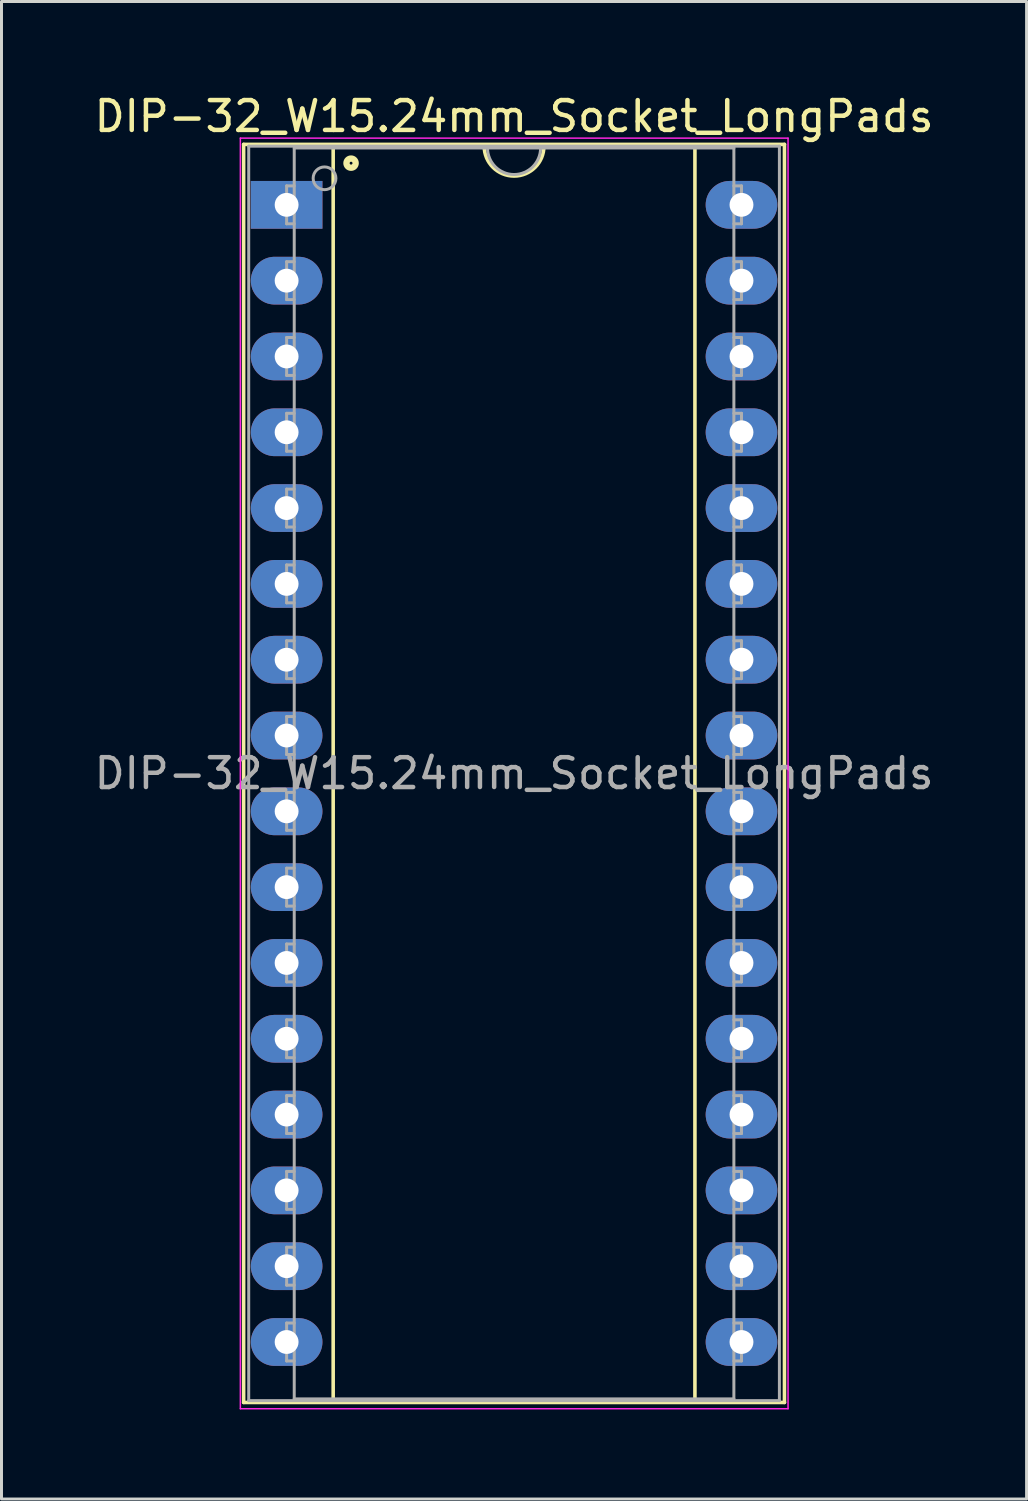
<source format=kicad_pcb>
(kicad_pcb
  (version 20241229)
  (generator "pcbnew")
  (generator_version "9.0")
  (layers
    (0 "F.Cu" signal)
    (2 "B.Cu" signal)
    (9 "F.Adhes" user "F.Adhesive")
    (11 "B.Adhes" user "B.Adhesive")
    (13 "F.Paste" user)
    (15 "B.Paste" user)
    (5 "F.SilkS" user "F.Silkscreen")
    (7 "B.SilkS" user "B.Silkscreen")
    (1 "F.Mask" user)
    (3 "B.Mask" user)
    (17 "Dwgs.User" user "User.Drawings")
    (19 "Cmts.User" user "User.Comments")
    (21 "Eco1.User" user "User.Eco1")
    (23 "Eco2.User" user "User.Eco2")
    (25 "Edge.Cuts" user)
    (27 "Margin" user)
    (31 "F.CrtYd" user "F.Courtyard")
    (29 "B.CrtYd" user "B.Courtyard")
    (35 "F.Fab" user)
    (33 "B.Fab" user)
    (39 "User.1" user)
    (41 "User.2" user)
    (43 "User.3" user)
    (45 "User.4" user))
  (footprint "DIP-32_W15.24mm_Socket_LongPads"
    (layer "F.Cu")
    (at 6.553 3.813)
    (property "Reference" "DIP-32_W15.24mm_Socket_LongPads" (at 7.62 -2.965 0) (layer "F.SilkS") (effects (font (size 1 1) (thickness 0.15))))
    (attr through_hole)
    (fp_line (start -1.44 -2.025) (end -1.44 40.125) (stroke (width 0.12) (type solid)) (layer "F.SilkS"))
    (fp_line (start -1.44 40.125) (end 16.68 40.125) (stroke (width 0.12) (type solid)) (layer "F.SilkS"))
    (fp_line (start 1.56 -1.965) (end 1.56 40.065) (stroke (width 0.12) (type solid)) (layer "F.SilkS"))
    (fp_line (start 1.56 40.065) (end 13.68 40.065) (stroke (width 0.12) (type solid)) (layer "F.SilkS"))
    (fp_line (start 6.62 -1.965) (end 1.56 -1.965) (stroke (width 0.12) (type solid)) (layer "F.SilkS"))
    (fp_line (start 13.68 -1.965) (end 8.62 -1.965) (stroke (width 0.12) (type solid)) (layer "F.SilkS"))
    (fp_line (start 13.68 40.065) (end 13.68 -1.965) (stroke (width 0.12) (type solid)) (layer "F.SilkS"))
    (fp_line (start 16.68 -2.025) (end -1.44 -2.025) (stroke (width 0.12) (type solid)) (layer "F.SilkS"))
    (fp_line (start 16.68 40.125) (end 16.68 -2.025) (stroke (width 0.12) (type solid)) (layer "F.SilkS"))
    (fp_arc (start 8.62 -1.965) (mid 7.62 -0.965) (end 6.62 -1.965) (stroke (width 0.12) (type solid)) (layer "F.SilkS"))
    (fp_circle (center 2.159 -1.397) (end 2.209 -1.397) (stroke (width 0.12) (type solid)) (fill no) (layer "F.SilkS"))
    (fp_circle (center 2.159 -1.397) (end 2.284 -1.397) (stroke (width 0.12) (type solid)) (fill no) (layer "F.SilkS"))
    (fp_circle (center 2.159 -1.397) (end 2.359 -1.397) (stroke (width 0.12) (type solid)) (fill no) (layer "F.SilkS"))
    (fp_line (start -1.55 -2.235) (end -1.55 40.335) (stroke (width 0.05) (type solid)) (layer "F.CrtYd"))
    (fp_line (start -1.55 40.335) (end 16.8 40.335) (stroke (width 0.05) (type solid)) (layer "F.CrtYd"))
    (fp_line (start 16.8 -2.235) (end -1.55 -2.235) (stroke (width 0.05) (type solid)) (layer "F.CrtYd"))
    (fp_line (start 16.8 40.335) (end 16.8 -2.235) (stroke (width 0.05) (type solid)) (layer "F.CrtYd"))
    (fp_line (start -1.27 -1.965) (end -1.27 40.065) (stroke (width 0.1) (type solid)) (layer "F.Fab"))
    (fp_line (start -1.27 40.065) (end 16.51 40.065) (stroke (width 0.1) (type solid)) (layer "F.Fab"))
    (fp_line (start 0 -0.635) (end 0 0.635) (stroke (width 0.1) (type solid)) (layer "F.Fab"))
    (fp_line (start 0 -0.635) (end 0.254 -0.635) (stroke (width 0.1) (type solid)) (layer "F.Fab"))
    (fp_line (start 0 0.635) (end 0.254 0.635) (stroke (width 0.1) (type solid)) (layer "F.Fab"))
    (fp_line (start 0 1.905) (end 0 3.175) (stroke (width 0.1) (type solid)) (layer "F.Fab"))
    (fp_line (start 0 1.905) (end 0.254 1.905) (stroke (width 0.1) (type solid)) (layer "F.Fab"))
    (fp_line (start 0 3.175) (end 0.254 3.175) (stroke (width 0.1) (type solid)) (layer "F.Fab"))
    (fp_line (start 0 4.445) (end 0 5.715) (stroke (width 0.1) (type solid)) (layer "F.Fab"))
    (fp_line (start 0 4.445) (end 0.254 4.445) (stroke (width 0.1) (type solid)) (layer "F.Fab"))
    (fp_line (start 0 5.715) (end 0.254 5.715) (stroke (width 0.1) (type solid)) (layer "F.Fab"))
    (fp_line (start 0 6.985) (end 0 8.255) (stroke (width 0.1) (type solid)) (layer "F.Fab"))
    (fp_line (start 0 6.985) (end 0.254 6.985) (stroke (width 0.1) (type solid)) (layer "F.Fab"))
    (fp_line (start 0 8.255) (end 0.254 8.255) (stroke (width 0.1) (type solid)) (layer "F.Fab"))
    (fp_line (start 0 9.525) (end 0 10.795) (stroke (width 0.1) (type solid)) (layer "F.Fab"))
    (fp_line (start 0 9.525) (end 0.254 9.525) (stroke (width 0.1) (type solid)) (layer "F.Fab"))
    (fp_line (start 0 10.795) (end 0.254 10.795) (stroke (width 0.1) (type solid)) (layer "F.Fab"))
    (fp_line (start 0 12.065) (end 0 13.335) (stroke (width 0.1) (type solid)) (layer "F.Fab"))
    (fp_line (start 0 12.065) (end 0.254 12.065) (stroke (width 0.1) (type solid)) (layer "F.Fab"))
    (fp_line (start 0 13.335) (end 0.254 13.335) (stroke (width 0.1) (type solid)) (layer "F.Fab"))
    (fp_line (start 0 14.605) (end 0 15.875) (stroke (width 0.1) (type solid)) (layer "F.Fab"))
    (fp_line (start 0 14.605) (end 0.254 14.605) (stroke (width 0.1) (type solid)) (layer "F.Fab"))
    (fp_line (start 0 15.875) (end 0.254 15.875) (stroke (width 0.1) (type solid)) (layer "F.Fab"))
    (fp_line (start 0 17.145) (end 0 18.415) (stroke (width 0.1) (type solid)) (layer "F.Fab"))
    (fp_line (start 0 17.145) (end 0.254 17.145) (stroke (width 0.1) (type solid)) (layer "F.Fab"))
    (fp_line (start 0 18.415) (end 0.254 18.415) (stroke (width 0.1) (type solid)) (layer "F.Fab"))
    (fp_line (start 0 19.685) (end 0 20.955) (stroke (width 0.1) (type solid)) (layer "F.Fab"))
    (fp_line (start 0 19.685) (end 0.254 19.685) (stroke (width 0.1) (type solid)) (layer "F.Fab"))
    (fp_line (start 0 20.955) (end 0.254 20.955) (stroke (width 0.1) (type solid)) (layer "F.Fab"))
    (fp_line (start 0 22.225) (end 0 23.495) (stroke (width 0.1) (type solid)) (layer "F.Fab"))
    (fp_line (start 0 22.225) (end 0.254 22.225) (stroke (width 0.1) (type solid)) (layer "F.Fab"))
    (fp_line (start 0 23.495) (end 0.254 23.495) (stroke (width 0.1) (type solid)) (layer "F.Fab"))
    (fp_line (start 0 24.765) (end 0 26.035) (stroke (width 0.1) (type solid)) (layer "F.Fab"))
    (fp_line (start 0 24.765) (end 0.254 24.765) (stroke (width 0.1) (type solid)) (layer "F.Fab"))
    (fp_line (start 0 26.035) (end 0.254 26.035) (stroke (width 0.1) (type solid)) (layer "F.Fab"))
    (fp_line (start 0 27.305) (end 0 28.575) (stroke (width 0.1) (type solid)) (layer "F.Fab"))
    (fp_line (start 0 27.305) (end 0.254 27.305) (stroke (width 0.1) (type solid)) (layer "F.Fab"))
    (fp_line (start 0 28.575) (end 0.254 28.575) (stroke (width 0.1) (type solid)) (layer "F.Fab"))
    (fp_line (start 0 29.845) (end 0 31.115) (stroke (width 0.1) (type solid)) (layer "F.Fab"))
    (fp_line (start 0 29.845) (end 0.254 29.845) (stroke (width 0.1) (type solid)) (layer "F.Fab"))
    (fp_line (start 0 31.115) (end 0.254 31.115) (stroke (width 0.1) (type solid)) (layer "F.Fab"))
    (fp_line (start 0 32.385) (end 0 33.655) (stroke (width 0.1) (type solid)) (layer "F.Fab"))
    (fp_line (start 0 32.385) (end 0.254 32.385) (stroke (width 0.1) (type solid)) (layer "F.Fab"))
    (fp_line (start 0 33.655) (end 0.254 33.655) (stroke (width 0.1) (type solid)) (layer "F.Fab"))
    (fp_line (start 0 34.925) (end 0 36.195) (stroke (width 0.1) (type solid)) (layer "F.Fab"))
    (fp_line (start 0 34.925) (end 0.254 34.925) (stroke (width 0.1) (type solid)) (layer "F.Fab"))
    (fp_line (start 0 36.195) (end 0.254 36.195) (stroke (width 0.1) (type solid)) (layer "F.Fab"))
    (fp_line (start 0 37.465) (end 0 38.735) (stroke (width 0.1) (type solid)) (layer "F.Fab"))
    (fp_line (start 0 37.465) (end 0.254 37.465) (stroke (width 0.1) (type solid)) (layer "F.Fab"))
    (fp_line (start 0 38.735) (end 0.254 38.735) (stroke (width 0.1) (type solid)) (layer "F.Fab"))
    (fp_line (start 0.255 -1.905) (end 14.985 -1.905) (stroke (width 0.1) (type solid)) (layer "F.Fab"))
    (fp_line (start 0.255 40.005) (end 0.255 -1.905) (stroke (width 0.1) (type solid)) (layer "F.Fab"))
    (fp_line (start 14.985 -1.905) (end 14.985 40.005) (stroke (width 0.1) (type solid)) (layer "F.Fab"))
    (fp_line (start 14.985 40.005) (end 0.255 40.005) (stroke (width 0.1) (type solid)) (layer "F.Fab"))
    (fp_line (start 15.24 -0.635) (end 14.986 -0.635) (stroke (width 0.1) (type solid)) (layer "F.Fab"))
    (fp_line (start 15.24 0.635) (end 14.986 0.635) (stroke (width 0.1) (type solid)) (layer "F.Fab"))
    (fp_line (start 15.24 0.635) (end 15.24 -0.635) (stroke (width 0.1) (type solid)) (layer "F.Fab"))
    (fp_line (start 15.24 1.905) (end 14.986 1.905) (stroke (width 0.1) (type solid)) (layer "F.Fab"))
    (fp_line (start 15.24 3.175) (end 14.986 3.175) (stroke (width 0.1) (type solid)) (layer "F.Fab"))
    (fp_line (start 15.24 3.175) (end 15.24 1.905) (stroke (width 0.1) (type solid)) (layer "F.Fab"))
    (fp_line (start 15.24 4.445) (end 14.986 4.445) (stroke (width 0.1) (type solid)) (layer "F.Fab"))
    (fp_line (start 15.24 5.715) (end 14.986 5.715) (stroke (width 0.1) (type solid)) (layer "F.Fab"))
    (fp_line (start 15.24 5.715) (end 15.24 4.445) (stroke (width 0.1) (type solid)) (layer "F.Fab"))
    (fp_line (start 15.24 6.985) (end 14.986 6.985) (stroke (width 0.1) (type solid)) (layer "F.Fab"))
    (fp_line (start 15.24 8.255) (end 14.986 8.255) (stroke (width 0.1) (type solid)) (layer "F.Fab"))
    (fp_line (start 15.24 8.255) (end 15.24 6.985) (stroke (width 0.1) (type solid)) (layer "F.Fab"))
    (fp_line (start 15.24 9.525) (end 14.986 9.525) (stroke (width 0.1) (type solid)) (layer "F.Fab"))
    (fp_line (start 15.24 10.795) (end 14.986 10.795) (stroke (width 0.1) (type solid)) (layer "F.Fab"))
    (fp_line (start 15.24 10.795) (end 15.24 9.525) (stroke (width 0.1) (type solid)) (layer "F.Fab"))
    (fp_line (start 15.24 12.065) (end 14.986 12.065) (stroke (width 0.1) (type solid)) (layer "F.Fab"))
    (fp_line (start 15.24 13.335) (end 14.986 13.335) (stroke (width 0.1) (type solid)) (layer "F.Fab"))
    (fp_line (start 15.24 13.335) (end 15.24 12.065) (stroke (width 0.1) (type solid)) (layer "F.Fab"))
    (fp_line (start 15.24 14.605) (end 14.986 14.605) (stroke (width 0.1) (type solid)) (layer "F.Fab"))
    (fp_line (start 15.24 15.875) (end 14.986 15.875) (stroke (width 0.1) (type solid)) (layer "F.Fab"))
    (fp_line (start 15.24 15.875) (end 15.24 14.605) (stroke (width 0.1) (type solid)) (layer "F.Fab"))
    (fp_line (start 15.24 17.145) (end 14.986 17.145) (stroke (width 0.1) (type solid)) (layer "F.Fab"))
    (fp_line (start 15.24 18.415) (end 14.986 18.415) (stroke (width 0.1) (type solid)) (layer "F.Fab"))
    (fp_line (start 15.24 18.415) (end 15.24 17.145) (stroke (width 0.1) (type solid)) (layer "F.Fab"))
    (fp_line (start 15.24 19.685) (end 14.986 19.685) (stroke (width 0.1) (type solid)) (layer "F.Fab"))
    (fp_line (start 15.24 20.955) (end 14.986 20.955) (stroke (width 0.1) (type solid)) (layer "F.Fab"))
    (fp_line (start 15.24 20.955) (end 15.24 19.685) (stroke (width 0.1) (type solid)) (layer "F.Fab"))
    (fp_line (start 15.24 22.225) (end 14.986 22.225) (stroke (width 0.1) (type solid)) (layer "F.Fab"))
    (fp_line (start 15.24 23.495) (end 14.986 23.495) (stroke (width 0.1) (type solid)) (layer "F.Fab"))
    (fp_line (start 15.24 23.495) (end 15.24 22.225) (stroke (width 0.1) (type solid)) (layer "F.Fab"))
    (fp_line (start 15.24 24.765) (end 14.986 24.765) (stroke (width 0.1) (type solid)) (layer "F.Fab"))
    (fp_line (start 15.24 26.035) (end 14.986 26.035) (stroke (width 0.1) (type solid)) (layer "F.Fab"))
    (fp_line (start 15.24 26.035) (end 15.24 24.765) (stroke (width 0.1) (type solid)) (layer "F.Fab"))
    (fp_line (start 15.24 27.305) (end 14.986 27.305) (stroke (width 0.1) (type solid)) (layer "F.Fab"))
    (fp_line (start 15.24 28.575) (end 14.986 28.575) (stroke (width 0.1) (type solid)) (layer "F.Fab"))
    (fp_line (start 15.24 28.575) (end 15.24 27.305) (stroke (width 0.1) (type solid)) (layer "F.Fab"))
    (fp_line (start 15.24 29.845) (end 14.986 29.845) (stroke (width 0.1) (type solid)) (layer "F.Fab"))
    (fp_line (start 15.24 31.115) (end 14.986 31.115) (stroke (width 0.1) (type solid)) (layer "F.Fab"))
    (fp_line (start 15.24 31.115) (end 15.24 29.845) (stroke (width 0.1) (type solid)) (layer "F.Fab"))
    (fp_line (start 15.24 32.385) (end 14.986 32.385) (stroke (width 0.1) (type solid)) (layer "F.Fab"))
    (fp_line (start 15.24 33.655) (end 14.986 33.655) (stroke (width 0.1) (type solid)) (layer "F.Fab"))
    (fp_line (start 15.24 33.655) (end 15.24 32.385) (stroke (width 0.1) (type solid)) (layer "F.Fab"))
    (fp_line (start 15.24 34.925) (end 14.986 34.925) (stroke (width 0.1) (type solid)) (layer "F.Fab"))
    (fp_line (start 15.24 36.195) (end 14.986 36.195) (stroke (width 0.1) (type solid)) (layer "F.Fab"))
    (fp_line (start 15.24 36.195) (end 15.24 34.925) (stroke (width 0.1) (type solid)) (layer "F.Fab"))
    (fp_line (start 15.24 37.465) (end 14.986 37.465) (stroke (width 0.1) (type solid)) (layer "F.Fab"))
    (fp_line (start 15.24 38.735) (end 14.986 38.735) (stroke (width 0.1) (type solid)) (layer "F.Fab"))
    (fp_line (start 15.24 38.735) (end 15.24 37.465) (stroke (width 0.1) (type solid)) (layer "F.Fab"))
    (fp_line (start 16.51 -1.965) (end -1.27 -1.965) (stroke (width 0.1) (type solid)) (layer "F.Fab"))
    (fp_line (start 16.51 40.065) (end 16.51 -1.965) (stroke (width 0.1) (type solid)) (layer "F.Fab"))
    (fp_arc (start 8.509 -1.905) (mid 7.62 -1.016) (end 6.731 -1.905) (stroke (width 0.1) (type solid)) (layer "F.Fab"))
    (fp_circle (center 1.27 -0.889) (end 1.651 -0.889) (stroke (width 0.1) (type solid)) (fill no) (layer "F.Fab"))
    (fp_text user "${REFERENCE}" (at 7.62 19.05 0) (layer "F.Fab") (effects (font (size 1 1) (thickness 0.15))))
    (pad "1" thru_hole rect (at 0 0) (size 2.4 1.6) (drill 0.8) (layers "*.Cu" "*.Mask"))
    (pad "2" thru_hole oval (at 0 2.54) (size 2.4 1.6) (drill 0.8) (layers "*.Cu" "*.Mask"))
    (pad "3" thru_hole oval (at 0 5.08) (size 2.4 1.6) (drill 0.8) (layers "*.Cu" "*.Mask"))
    (pad "4" thru_hole oval (at 0 7.62) (size 2.4 1.6) (drill 0.8) (layers "*.Cu" "*.Mask"))
    (pad "5" thru_hole oval (at 0 10.16) (size 2.4 1.6) (drill 0.8) (layers "*.Cu" "*.Mask"))
    (pad "6" thru_hole oval (at 0 12.7) (size 2.4 1.6) (drill 0.8) (layers "*.Cu" "*.Mask"))
    (pad "7" thru_hole oval (at 0 15.24) (size 2.4 1.6) (drill 0.8) (layers "*.Cu" "*.Mask"))
    (pad "8" thru_hole oval (at 0 17.78) (size 2.4 1.6) (drill 0.8) (layers "*.Cu" "*.Mask"))
    (pad "9" thru_hole oval (at 0 20.32) (size 2.4 1.6) (drill 0.8) (layers "*.Cu" "*.Mask"))
    (pad "10" thru_hole oval (at 0 22.86) (size 2.4 1.6) (drill 0.8) (layers "*.Cu" "*.Mask"))
    (pad "11" thru_hole oval (at 0 25.4) (size 2.4 1.6) (drill 0.8) (layers "*.Cu" "*.Mask"))
    (pad "12" thru_hole oval (at 0 27.94) (size 2.4 1.6) (drill 0.8) (layers "*.Cu" "*.Mask"))
    (pad "13" thru_hole oval (at 0 30.48) (size 2.4 1.6) (drill 0.8) (layers "*.Cu" "*.Mask"))
    (pad "14" thru_hole oval (at 0 33.02) (size 2.4 1.6) (drill 0.8) (layers "*.Cu" "*.Mask"))
    (pad "15" thru_hole oval (at 0 35.56) (size 2.4 1.6) (drill 0.8) (layers "*.Cu" "*.Mask"))
    (pad "16" thru_hole oval (at 0 38.1) (size 2.4 1.6) (drill 0.8) (layers "*.Cu" "*.Mask"))
    (pad "17" thru_hole oval (at 15.24 38.1) (size 2.4 1.6) (drill 0.8) (layers "*.Cu" "*.Mask"))
    (pad "18" thru_hole oval (at 15.24 35.56) (size 2.4 1.6) (drill 0.8) (layers "*.Cu" "*.Mask"))
    (pad "19" thru_hole oval (at 15.24 33.02) (size 2.4 1.6) (drill 0.8) (layers "*.Cu" "*.Mask"))
    (pad "20" thru_hole oval (at 15.24 30.48) (size 2.4 1.6) (drill 0.8) (layers "*.Cu" "*.Mask"))
    (pad "21" thru_hole oval (at 15.24 27.94) (size 2.4 1.6) (drill 0.8) (layers "*.Cu" "*.Mask"))
    (pad "22" thru_hole oval (at 15.24 25.4) (size 2.4 1.6) (drill 0.8) (layers "*.Cu" "*.Mask"))
    (pad "23" thru_hole oval (at 15.24 22.86) (size 2.4 1.6) (drill 0.8) (layers "*.Cu" "*.Mask"))
    (pad "24" thru_hole oval (at 15.24 20.32) (size 2.4 1.6) (drill 0.8) (layers "*.Cu" "*.Mask"))
    (pad "25" thru_hole oval (at 15.24 17.78) (size 2.4 1.6) (drill 0.8) (layers "*.Cu" "*.Mask"))
    (pad "26" thru_hole oval (at 15.24 15.24) (size 2.4 1.6) (drill 0.8) (layers "*.Cu" "*.Mask"))
    (pad "27" thru_hole oval (at 15.24 12.7) (size 2.4 1.6) (drill 0.8) (layers "*.Cu" "*.Mask"))
    (pad "28" thru_hole oval (at 15.24 10.16) (size 2.4 1.6) (drill 0.8) (layers "*.Cu" "*.Mask"))
    (pad "29" thru_hole oval (at 15.24 7.62) (size 2.4 1.6) (drill 0.8) (layers "*.Cu" "*.Mask"))
    (pad "30" thru_hole oval (at 15.24 5.08) (size 2.4 1.6) (drill 0.8) (layers "*.Cu" "*.Mask"))
    (pad "31" thru_hole oval (at 15.24 2.54) (size 2.4 1.6) (drill 0.8) (layers "*.Cu" "*.Mask"))
    (pad "32" thru_hole oval (at 15.24 0) (size 2.4 1.6) (drill 0.8) (layers "*.Cu" "*.Mask")))
  (gr_rect
    (start -3 -3)
    (end 31.345 47.173)
    (stroke (width 0.1) (type default))
    (fill no)
    (layer "Edge.Cuts")))
</source>
